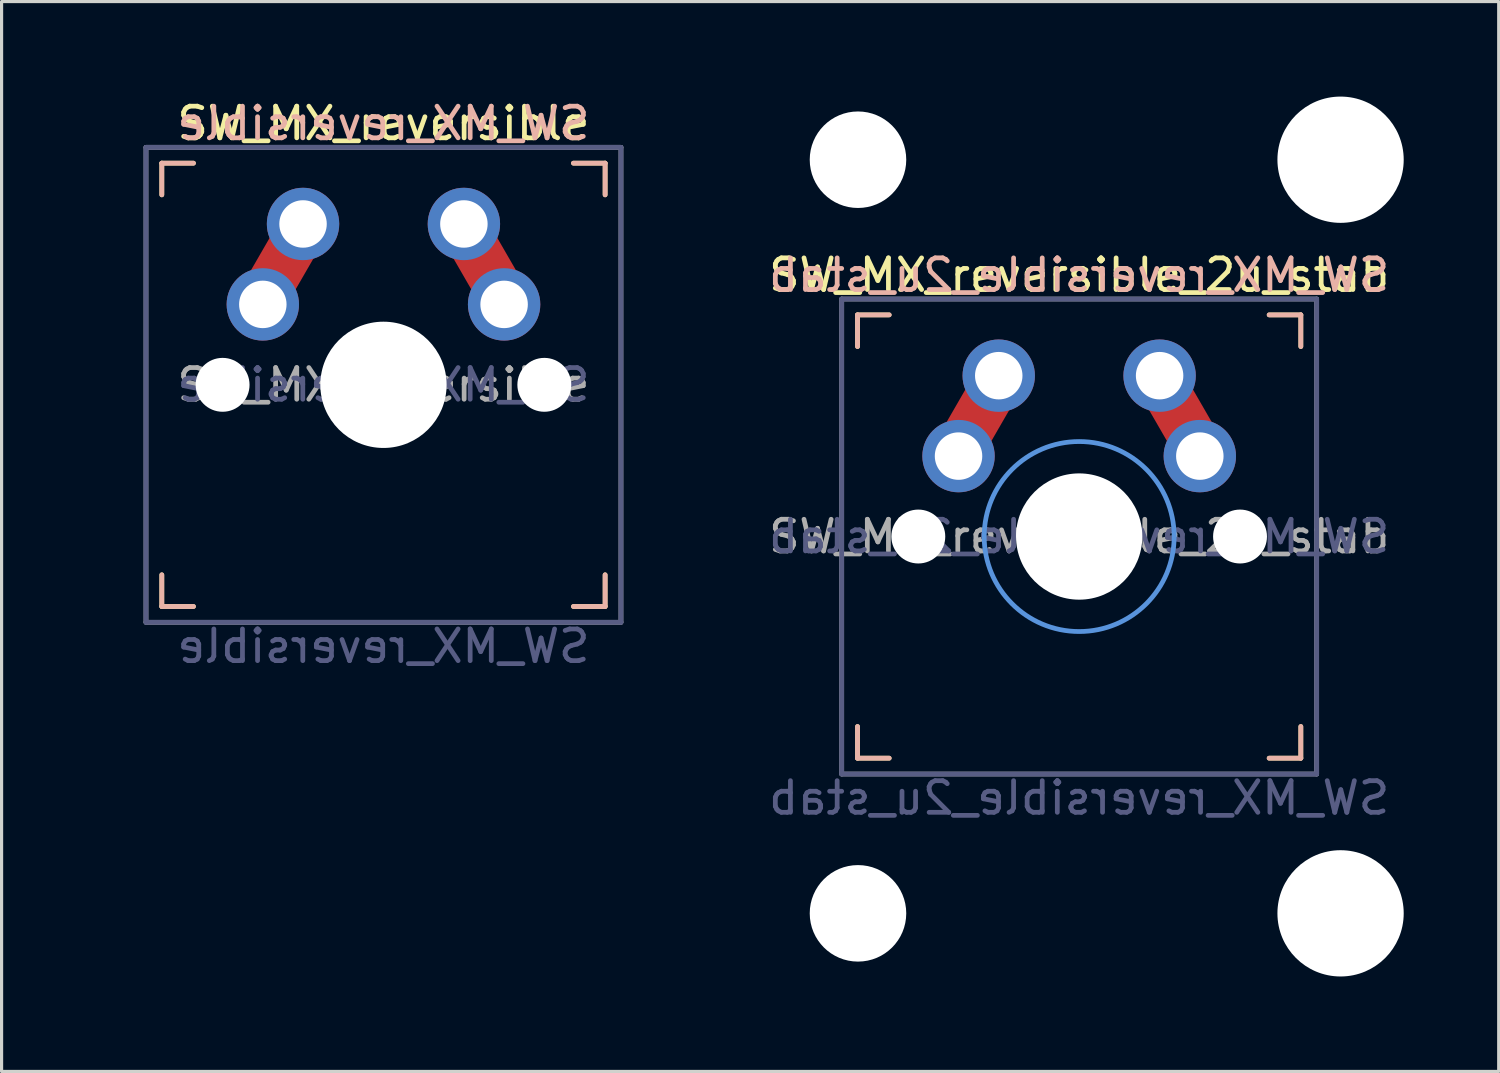
<source format=kicad_pcb>
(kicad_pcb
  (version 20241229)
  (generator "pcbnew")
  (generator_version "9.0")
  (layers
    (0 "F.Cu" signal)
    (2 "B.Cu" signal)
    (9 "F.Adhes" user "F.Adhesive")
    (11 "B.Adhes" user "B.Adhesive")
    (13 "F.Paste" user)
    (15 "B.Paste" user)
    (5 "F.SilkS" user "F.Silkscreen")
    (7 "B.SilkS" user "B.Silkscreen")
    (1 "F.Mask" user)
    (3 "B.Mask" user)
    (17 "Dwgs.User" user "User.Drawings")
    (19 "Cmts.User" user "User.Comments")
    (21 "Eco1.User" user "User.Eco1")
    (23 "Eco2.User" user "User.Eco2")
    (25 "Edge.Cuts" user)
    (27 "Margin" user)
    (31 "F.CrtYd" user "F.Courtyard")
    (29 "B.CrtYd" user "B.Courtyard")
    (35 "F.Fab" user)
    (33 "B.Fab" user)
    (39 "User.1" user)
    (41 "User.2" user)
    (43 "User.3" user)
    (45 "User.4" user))
  (footprint "SW_MX_reversible"
    (layer "F.Cu")
    (at 9.06 9.103)
    (property "Reference" "SW_MX_reversible" (at 0 -8.255 0) (layer "F.SilkS") (effects (font (size 1 1) (thickness 0.15))))
    (property "Value" "SW_MX_reversible" (at 0 8.255 0) (layer "F.Fab") (hide yes) (effects (font (size 1 1) (thickness 0.15))))
    (attr through_hole)
    (fp_line (start -7 -7) (end -6 -7) (stroke (width 0.15) (type solid)) (layer "F.SilkS"))
    (fp_line (start -7 -6) (end -7 -7) (stroke (width 0.15) (type solid)) (layer "F.SilkS"))
    (fp_line (start -7 7) (end -7 6) (stroke (width 0.15) (type solid)) (layer "F.SilkS"))
    (fp_line (start -6 7) (end -7 7) (stroke (width 0.15) (type solid)) (layer "F.SilkS"))
    (fp_line (start 6 -7) (end 7 -7) (stroke (width 0.15) (type solid)) (layer "F.SilkS"))
    (fp_line (start 7 -7) (end 7 -6) (stroke (width 0.15) (type solid)) (layer "F.SilkS"))
    (fp_line (start 7 6) (end 7 7) (stroke (width 0.15) (type solid)) (layer "F.SilkS"))
    (fp_line (start 7 7) (end 6 7) (stroke (width 0.15) (type solid)) (layer "F.SilkS"))
    (fp_line (start -7 -7) (end -6 -7) (stroke (width 0.15) (type solid)) (layer "B.SilkS"))
    (fp_line (start -7 -6) (end -7 -7) (stroke (width 0.15) (type solid)) (layer "B.SilkS"))
    (fp_line (start -7 7) (end -7 6) (stroke (width 0.15) (type solid)) (layer "B.SilkS"))
    (fp_line (start -6 7) (end -7 7) (stroke (width 0.15) (type solid)) (layer "B.SilkS"))
    (fp_line (start 6 -7) (end 7 -7) (stroke (width 0.15) (type solid)) (layer "B.SilkS"))
    (fp_line (start 7 -7) (end 7 -6) (stroke (width 0.15) (type solid)) (layer "B.SilkS"))
    (fp_line (start 7 6) (end 7 7) (stroke (width 0.15) (type solid)) (layer "B.SilkS"))
    (fp_line (start 7 7) (end 6 7) (stroke (width 0.15) (type solid)) (layer "B.SilkS"))
    (fp_line (start -6.9 6.9) (end -6.9 -6.9) (stroke (width 0.15) (type solid)) (layer "Eco2.User"))
    (fp_line (start -6.9 6.9) (end 6.9 6.9) (stroke (width 0.15) (type solid)) (layer "Eco2.User"))
    (fp_line (start 6.9 -6.9) (end -6.9 -6.9) (stroke (width 0.15) (type solid)) (layer "Eco2.User"))
    (fp_line (start 6.9 -6.9) (end 6.9 6.9) (stroke (width 0.15) (type solid)) (layer "Eco2.User"))
    (fp_line (start -7.5 -7.5) (end 7.5 -7.5) (stroke (width 0.15) (type solid)) (layer "B.Fab"))
    (fp_line (start -7.5 7.5) (end -7.5 -7.5) (stroke (width 0.15) (type solid)) (layer "B.Fab"))
    (fp_line (start 7.5 -7.5) (end 7.5 7.5) (stroke (width 0.15) (type solid)) (layer "B.Fab"))
    (fp_line (start 7.5 7.5) (end -7.5 7.5) (stroke (width 0.15) (type solid)) (layer "B.Fab"))
    (fp_line (start -7.5 -7.5) (end 7.5 -7.5) (stroke (width 0.15) (type solid)) (layer "F.Fab"))
    (fp_line (start -7.5 7.5) (end -7.5 -7.5) (stroke (width 0.15) (type solid)) (layer "F.Fab"))
    (fp_line (start 7.5 -7.5) (end 7.5 7.5) (stroke (width 0.15) (type solid)) (layer "F.Fab"))
    (fp_line (start 7.5 7.5) (end -7.5 7.5) (stroke (width 0.15) (type solid)) (layer "F.Fab"))
    (fp_rect (start -9 -9) (end 9 9) (stroke (width 0.12) (type solid)) (fill no) (layer "User.1"))
    (fp_text user "${REFERENCE}" (at 0 -8.255 0) (layer "B.SilkS") (effects (font (size 1 1) (thickness 0.15)) (justify mirror)))
    (fp_text user "${VALUE}" (at 0 8.255 0) (layer "B.Fab") (effects (font (size 1 1) (thickness 0.15)) (justify mirror)))
    (fp_text user "${REFERENCE}" (at 0 0 0) (layer "B.Fab") (effects (font (size 1 1) (thickness 0.15)) (justify mirror)))
    (fp_text user "${REFERENCE}" (at 0 0 0) (layer "F.Fab") (effects (font (size 1 1) (thickness 0.15))))
    (pad "" np_thru_hole circle (at -5.08 0) (size 1.702 1.702) (drill 1.702) (layers "*.Cu" "*.Mask"))
    (pad "" np_thru_hole circle (at 0 0) (size 3.988 3.988) (drill 3.988) (layers "*.Cu" "*.Mask"))
    (pad "" np_thru_hole circle (at 5.08 0) (size 1.702 1.702) (drill 1.702) (layers "*.Cu" "*.Mask"))
    (pad "1" thru_hole circle (at -3.81 -2.54) (size 2.286 2.286) (drill 1.499) (layers "*.Cu" "*.Mask"))
    (pad "1" smd rect (at -3.2 -3.8 60) (size 1.524 1.524) (layers "F.Cu" "F.Mask" "F.Paste"))
    (pad "1" thru_hole circle (at -2.54 -5.08) (size 2.286 2.286) (drill 1.499) (layers "*.Cu" "*.Mask"))
    (pad "2" thru_hole circle (at 2.54 -5.08) (size 2.286 2.286) (drill 1.499) (layers "*.Cu" "*.Mask"))
    (pad "2" smd rect (at 3.2 -3.8 300) (size 1.524 1.524) (layers "F.Cu" "F.Mask" "F.Paste"))
    (pad "2" thru_hole circle (at 3.81 -2.54) (size 2.286 2.286) (drill 1.499) (layers "*.Cu" "*.Mask")))
  (footprint "SW_MX_reversible_2u_stab"
    (layer "F.Cu")
    (at 31.031 13.894)
    (property "Reference" "SW_MX_reversible_2u_stab" (at 0 -8.255 0) (layer "F.SilkS") (effects (font (size 1 1) (thickness 0.15))))
    (property "Value" "SW_MX_reversible_2u_stab" (at 0 8.255 0) (layer "F.Fab") (hide yes) (effects (font (size 1 1) (thickness 0.15))))
    (attr through_hole)
    (fp_line (start -7 -7) (end -6 -7) (stroke (width 0.15) (type solid)) (layer "F.SilkS"))
    (fp_line (start -7 -6) (end -7 -7) (stroke (width 0.15) (type solid)) (layer "F.SilkS"))
    (fp_line (start -7 7) (end -7 6) (stroke (width 0.15) (type solid)) (layer "F.SilkS"))
    (fp_line (start -6 7) (end -7 7) (stroke (width 0.15) (type solid)) (layer "F.SilkS"))
    (fp_line (start 6 -7) (end 7 -7) (stroke (width 0.15) (type solid)) (layer "F.SilkS"))
    (fp_line (start 7 -7) (end 7 -6) (stroke (width 0.15) (type solid)) (layer "F.SilkS"))
    (fp_line (start 7 6) (end 7 7) (stroke (width 0.15) (type solid)) (layer "F.SilkS"))
    (fp_line (start 7 7) (end 6 7) (stroke (width 0.15) (type solid)) (layer "F.SilkS"))
    (fp_line (start -7 -7) (end -6 -7) (stroke (width 0.15) (type solid)) (layer "B.SilkS"))
    (fp_line (start -7 -6) (end -7 -7) (stroke (width 0.15) (type solid)) (layer "B.SilkS"))
    (fp_line (start -7 7) (end -7 6) (stroke (width 0.15) (type solid)) (layer "B.SilkS"))
    (fp_line (start -6 7) (end -7 7) (stroke (width 0.15) (type solid)) (layer "B.SilkS"))
    (fp_line (start 6 -7) (end 7 -7) (stroke (width 0.15) (type solid)) (layer "B.SilkS"))
    (fp_line (start 7 -7) (end 7 -6) (stroke (width 0.15) (type solid)) (layer "B.SilkS"))
    (fp_line (start 7 6) (end 7 7) (stroke (width 0.15) (type solid)) (layer "B.SilkS"))
    (fp_line (start 7 7) (end 6 7) (stroke (width 0.15) (type solid)) (layer "B.SilkS"))
    (fp_circle (center 0 0) (end 0 -3) (stroke (width 0.15) (type solid)) (fill no) (layer "Cmts.User"))
    (fp_line (start -6.9 6.9) (end -6.9 -6.9) (stroke (width 0.15) (type solid)) (layer "Eco2.User"))
    (fp_line (start -6.9 6.9) (end 6.9 6.9) (stroke (width 0.15) (type solid)) (layer "Eco2.User"))
    (fp_line (start 6.9 -6.9) (end -6.9 -6.9) (stroke (width 0.15) (type solid)) (layer "Eco2.User"))
    (fp_line (start 6.9 -6.9) (end 6.9 6.9) (stroke (width 0.15) (type solid)) (layer "Eco2.User"))
    (fp_line (start -7.5 -7.5) (end 7.5 -7.5) (stroke (width 0.15) (type solid)) (layer "B.Fab"))
    (fp_line (start -7.5 7.5) (end -7.5 -7.5) (stroke (width 0.15) (type solid)) (layer "B.Fab"))
    (fp_line (start 7.5 -7.5) (end 7.5 7.5) (stroke (width 0.15) (type solid)) (layer "B.Fab"))
    (fp_line (start 7.5 7.5) (end -7.5 7.5) (stroke (width 0.15) (type solid)) (layer "B.Fab"))
    (fp_line (start -7.5 -7.5) (end 7.5 -7.5) (stroke (width 0.15) (type solid)) (layer "F.Fab"))
    (fp_line (start -7.5 7.5) (end -7.5 -7.5) (stroke (width 0.15) (type solid)) (layer "F.Fab"))
    (fp_line (start 7.5 -7.5) (end 7.5 7.5) (stroke (width 0.15) (type solid)) (layer "F.Fab"))
    (fp_line (start 7.5 7.5) (end -7.5 7.5) (stroke (width 0.15) (type solid)) (layer "F.Fab"))
    (fp_rect (start -9 -9) (end 9 9) (stroke (width 0.12) (type solid)) (fill no) (layer "User.1"))
    (fp_text user "${REFERENCE}" (at 0 -8.255 0) (layer "B.SilkS") (effects (font (size 1 1) (thickness 0.15)) (justify mirror)))
    (fp_text user "${REFERENCE}" (at 0 0 0) (layer "B.Fab") (effects (font (size 1 1) (thickness 0.15)) (justify mirror)))
    (fp_text user "${VALUE}" (at 0 8.255 0) (layer "B.Fab") (effects (font (size 1 1) (thickness 0.15)) (justify mirror)))
    (fp_text user "${REFERENCE}" (at 0 0 0) (layer "F.Fab") (effects (font (size 1 1) (thickness 0.15))))
    (pad "" np_thru_hole circle (at -6.985 -11.9 90) (size 3.048 3.048) (drill 3.048) (layers "*.Cu" "*.Mask"))
    (pad "" np_thru_hole circle (at -6.985 11.9 90) (size 3.048 3.048) (drill 3.048) (layers "*.Cu" "*.Mask"))
    (pad "" np_thru_hole circle (at -5.08 0) (size 1.702 1.702) (drill 1.702) (layers "*.Cu" "*.Mask"))
    (pad "" np_thru_hole circle (at 0 0) (size 3.988 3.988) (drill 3.988) (layers "*.Cu" "*.Mask"))
    (pad "" np_thru_hole circle (at 5.08 0) (size 1.702 1.702) (drill 1.702) (layers "*.Cu" "*.Mask"))
    (pad "" np_thru_hole circle (at 8.255 -11.9 90) (size 3.988 3.988) (drill 3.988) (layers "*.Cu" "*.Mask"))
    (pad "" np_thru_hole circle (at 8.255 11.9 90) (size 3.988 3.988) (drill 3.988) (layers "*.Cu" "*.Mask"))
    (pad "1" thru_hole circle (at -3.81 -2.54) (size 2.286 2.286) (drill 1.499) (layers "*.Cu" "*.Mask"))
    (pad "1" smd rect (at -3.2 -3.8 60) (size 1.524 1.524) (layers "F.Cu" "F.Mask" "F.Paste"))
    (pad "1" thru_hole circle (at -2.54 -5.08) (size 2.286 2.286) (drill 1.499) (layers "*.Cu" "*.Mask"))
    (pad "2" thru_hole circle (at 2.54 -5.08) (size 2.286 2.286) (drill 1.499) (layers "*.Cu" "*.Mask"))
    (pad "2" smd rect (at 3.2 -3.8 300) (size 1.524 1.524) (layers "F.Cu" "F.Mask" "F.Paste"))
    (pad "2" thru_hole circle (at 3.81 -2.54) (size 2.286 2.286) (drill 1.499) (layers "*.Cu" "*.Mask")))
  (gr_rect
    (start -3 -3)
    (end 44.28 30.788)
    (stroke (width 0.1) (type default))
    (fill no)
    (layer "Edge.Cuts")))
</source>
